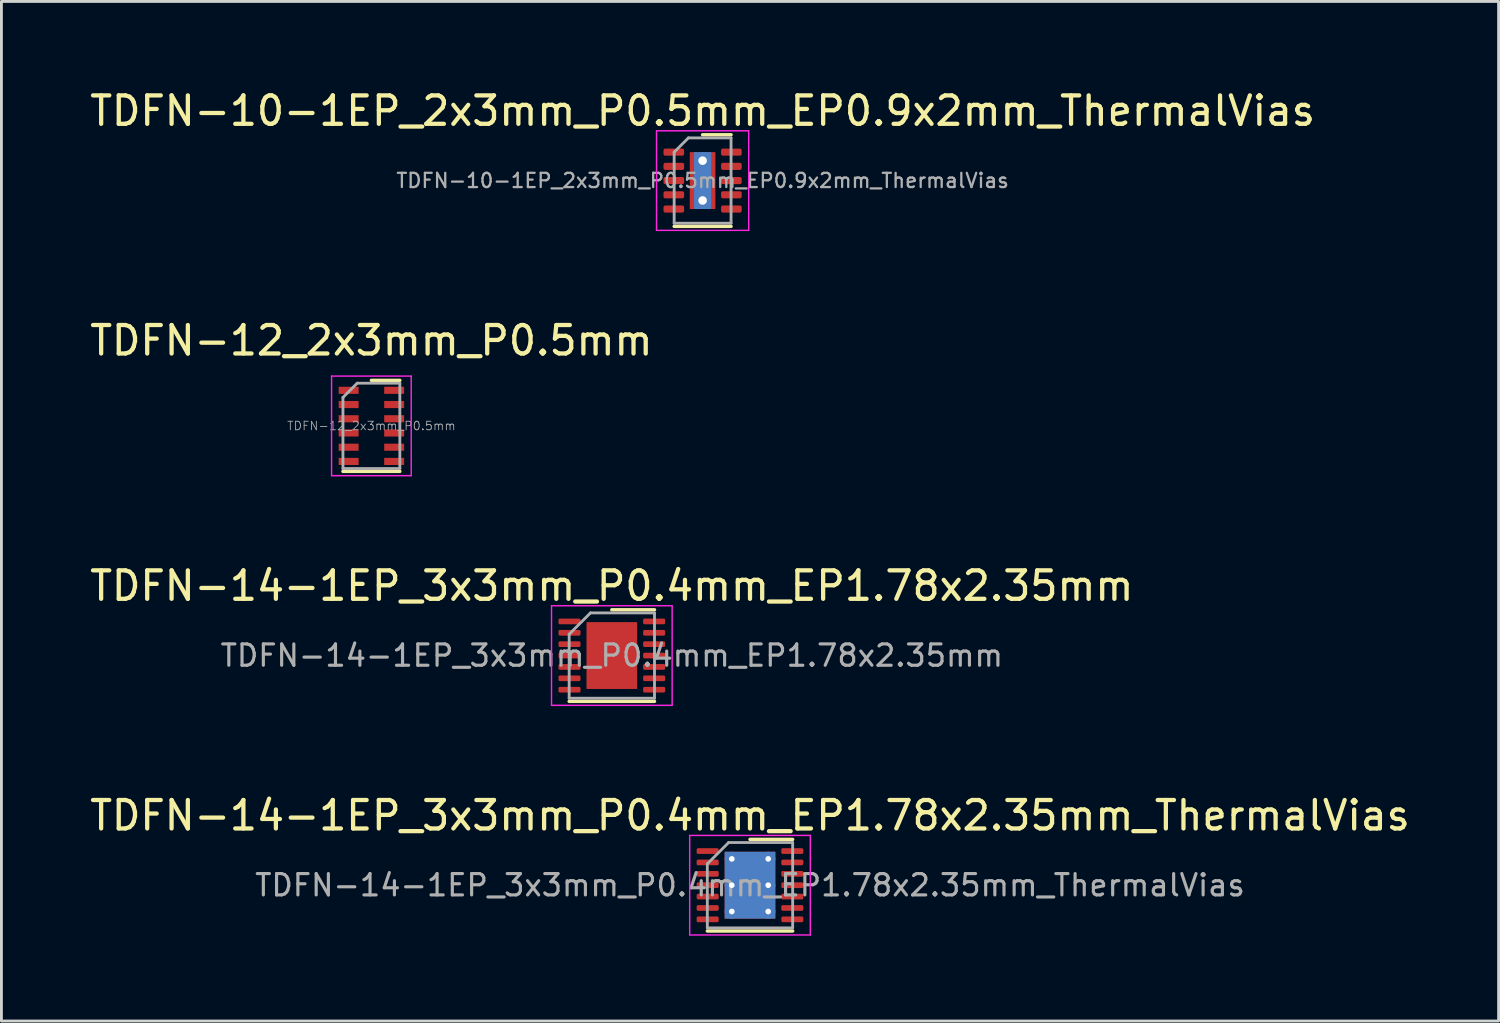
<source format=kicad_pcb>
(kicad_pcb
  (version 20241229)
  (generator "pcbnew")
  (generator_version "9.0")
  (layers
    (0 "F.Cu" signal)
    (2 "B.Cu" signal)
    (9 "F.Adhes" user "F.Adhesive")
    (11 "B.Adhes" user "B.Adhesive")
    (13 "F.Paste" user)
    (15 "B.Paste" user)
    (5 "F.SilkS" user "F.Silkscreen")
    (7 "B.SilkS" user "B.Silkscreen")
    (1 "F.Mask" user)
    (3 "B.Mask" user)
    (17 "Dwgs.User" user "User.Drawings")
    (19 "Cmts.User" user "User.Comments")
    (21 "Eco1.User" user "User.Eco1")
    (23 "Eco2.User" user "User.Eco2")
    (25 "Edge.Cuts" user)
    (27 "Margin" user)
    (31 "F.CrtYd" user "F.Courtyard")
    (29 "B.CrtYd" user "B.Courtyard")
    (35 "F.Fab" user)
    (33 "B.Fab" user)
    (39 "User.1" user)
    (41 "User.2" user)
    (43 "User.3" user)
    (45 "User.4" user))
  (footprint "TDFN-14-1EP_3x3mm_P0.4mm_EP1.78x2.35mm"
    (layer "F.Cu")
    (at 18.458 19.995)
    (property "Reference" "TDFN-14-1EP_3x3mm_P0.4mm_EP1.78x2.35mm" (at 0 -2.45 0) (layer "F.SilkS") (effects (font (size 1 1) (thickness 0.15))))
    (attr smd)
    (fp_line (start -1.5 1.61) (end 1.5 1.61) (stroke (width 0.12) (type solid)) (layer "F.SilkS"))
    (fp_line (start 0 -1.61) (end 1.5 -1.61) (stroke (width 0.12) (type solid)) (layer "F.SilkS"))
    (fp_line (start -2.12 -1.75) (end -2.12 1.75) (stroke (width 0.05) (type solid)) (layer "F.CrtYd"))
    (fp_line (start -2.12 1.75) (end 2.12 1.75) (stroke (width 0.05) (type solid)) (layer "F.CrtYd"))
    (fp_line (start 2.12 -1.75) (end -2.12 -1.75) (stroke (width 0.05) (type solid)) (layer "F.CrtYd"))
    (fp_line (start 2.12 1.75) (end 2.12 -1.75) (stroke (width 0.05) (type solid)) (layer "F.CrtYd"))
    (fp_line (start -1.5 -0.75) (end -0.75 -1.5) (stroke (width 0.1) (type solid)) (layer "F.Fab"))
    (fp_line (start -1.5 1.5) (end -1.5 -0.75) (stroke (width 0.1) (type solid)) (layer "F.Fab"))
    (fp_line (start -0.75 -1.5) (end 1.5 -1.5) (stroke (width 0.1) (type solid)) (layer "F.Fab"))
    (fp_line (start 1.5 -1.5) (end 1.5 1.5) (stroke (width 0.1) (type solid)) (layer "F.Fab"))
    (fp_line (start 1.5 1.5) (end -1.5 1.5) (stroke (width 0.1) (type solid)) (layer "F.Fab"))
    (fp_text user "${REFERENCE}" (at 0 0 0) (layer "F.Fab") (effects (font (size 0.75 0.75) (thickness 0.11))))
    (pad "" smd roundrect (at -0.445 -0.59) (size 0.72 0.95) (layers "F.Paste") (roundrect_rratio 0.25))
    (pad "" smd roundrect (at -0.445 0.59) (size 0.72 0.95) (layers "F.Paste") (roundrect_rratio 0.25))
    (pad "" smd roundrect (at 0.445 -0.59) (size 0.72 0.95) (layers "F.Paste") (roundrect_rratio 0.25))
    (pad "" smd roundrect (at 0.445 0.59) (size 0.72 0.95) (layers "F.Paste") (roundrect_rratio 0.25))
    (pad "1" smd roundrect (at -1.488 -1.2) (size 0.775 0.2) (layers "F.Cu" "F.Mask" "F.Paste") (roundrect_rratio 0.25))
    (pad "2" smd roundrect (at -1.488 -0.8) (size 0.775 0.2) (layers "F.Cu" "F.Mask" "F.Paste") (roundrect_rratio 0.25))
    (pad "3" smd roundrect (at -1.488 -0.4) (size 0.775 0.2) (layers "F.Cu" "F.Mask" "F.Paste") (roundrect_rratio 0.25))
    (pad "4" smd roundrect (at -1.488 0) (size 0.775 0.2) (layers "F.Cu" "F.Mask" "F.Paste") (roundrect_rratio 0.25))
    (pad "5" smd roundrect (at -1.488 0.4) (size 0.775 0.2) (layers "F.Cu" "F.Mask" "F.Paste") (roundrect_rratio 0.25))
    (pad "6" smd roundrect (at -1.488 0.8) (size 0.775 0.2) (layers "F.Cu" "F.Mask" "F.Paste") (roundrect_rratio 0.25))
    (pad "7" smd roundrect (at -1.488 1.2) (size 0.775 0.2) (layers "F.Cu" "F.Mask" "F.Paste") (roundrect_rratio 0.25))
    (pad "8" smd roundrect (at 1.488 1.2) (size 0.775 0.2) (layers "F.Cu" "F.Mask" "F.Paste") (roundrect_rratio 0.25))
    (pad "9" smd roundrect (at 1.488 0.8) (size 0.775 0.2) (layers "F.Cu" "F.Mask" "F.Paste") (roundrect_rratio 0.25))
    (pad "10" smd roundrect (at 1.488 0.4) (size 0.775 0.2) (layers "F.Cu" "F.Mask" "F.Paste") (roundrect_rratio 0.25))
    (pad "11" smd roundrect (at 1.488 0) (size 0.775 0.2) (layers "F.Cu" "F.Mask" "F.Paste") (roundrect_rratio 0.25))
    (pad "12" smd roundrect (at 1.488 -0.4) (size 0.775 0.2) (layers "F.Cu" "F.Mask" "F.Paste") (roundrect_rratio 0.25))
    (pad "13" smd roundrect (at 1.488 -0.8) (size 0.775 0.2) (layers "F.Cu" "F.Mask" "F.Paste") (roundrect_rratio 0.25))
    (pad "14" smd roundrect (at 1.488 -1.2) (size 0.775 0.2) (layers "F.Cu" "F.Mask" "F.Paste") (roundrect_rratio 0.25))
    (pad "15" smd rect (at 0 0) (size 1.78 2.35) (layers "F.Cu" "F.Mask")))
  (footprint "TDFN-10-1EP_2x3mm_P0.5mm_EP0.9x2mm_ThermalVias"
    (layer "F.Cu")
    (at 21.649 3.298)
    (property "Reference" "TDFN-10-1EP_2x3mm_P0.5mm_EP0.9x2mm_ThermalVias" (at 0 -2.45 0) (layer "F.SilkS") (effects (font (size 1 1) (thickness 0.15))))
    (attr smd)
    (fp_line (start -1 1.61) (end 1 1.61) (stroke (width 0.12) (type solid)) (layer "F.SilkS"))
    (fp_line (start 0 -1.61) (end 1 -1.61) (stroke (width 0.12) (type solid)) (layer "F.SilkS"))
    (fp_line (start -1.62 -1.75) (end -1.62 1.75) (stroke (width 0.05) (type solid)) (layer "F.CrtYd"))
    (fp_line (start -1.62 1.75) (end 1.62 1.75) (stroke (width 0.05) (type solid)) (layer "F.CrtYd"))
    (fp_line (start 1.62 -1.75) (end -1.62 -1.75) (stroke (width 0.05) (type solid)) (layer "F.CrtYd"))
    (fp_line (start 1.62 1.75) (end 1.62 -1.75) (stroke (width 0.05) (type solid)) (layer "F.CrtYd"))
    (fp_line (start -1 -1) (end -0.5 -1.5) (stroke (width 0.1) (type solid)) (layer "F.Fab"))
    (fp_line (start -1 1.5) (end -1 -1) (stroke (width 0.1) (type solid)) (layer "F.Fab"))
    (fp_line (start -0.5 -1.5) (end 1 -1.5) (stroke (width 0.1) (type solid)) (layer "F.Fab"))
    (fp_line (start 1 -1.5) (end 1 1.5) (stroke (width 0.1) (type solid)) (layer "F.Fab"))
    (fp_line (start 1 1.5) (end -1 1.5) (stroke (width 0.1) (type solid)) (layer "F.Fab"))
    (fp_text user "${REFERENCE}" (at 0 0 0) (layer "F.Fab") (effects (font (size 0.5 0.5) (thickness 0.08))))
    (pad "" smd roundrect (at 0 -0.5) (size 0.73 0.81) (layers "F.Paste") (roundrect_rratio 0.25))
    (pad "" smd roundrect (at 0 0.5) (size 0.73 0.81) (layers "F.Paste") (roundrect_rratio 0.25))
    (pad "1" smd roundrect (at -1.012 -1) (size 0.725 0.25) (layers "F.Cu" "F.Mask" "F.Paste") (roundrect_rratio 0.25))
    (pad "2" smd roundrect (at -1.012 -0.5) (size 0.725 0.25) (layers "F.Cu" "F.Mask" "F.Paste") (roundrect_rratio 0.25))
    (pad "3" smd roundrect (at -1.012 0) (size 0.725 0.25) (layers "F.Cu" "F.Mask" "F.Paste") (roundrect_rratio 0.25))
    (pad "4" smd roundrect (at -1.012 0.5) (size 0.725 0.25) (layers "F.Cu" "F.Mask" "F.Paste") (roundrect_rratio 0.25))
    (pad "5" smd roundrect (at -1.012 1) (size 0.725 0.25) (layers "F.Cu" "F.Mask" "F.Paste") (roundrect_rratio 0.25))
    (pad "6" smd roundrect (at 1.012 1) (size 0.725 0.25) (layers "F.Cu" "F.Mask" "F.Paste") (roundrect_rratio 0.25))
    (pad "7" smd roundrect (at 1.012 0.5) (size 0.725 0.25) (layers "F.Cu" "F.Mask" "F.Paste") (roundrect_rratio 0.25))
    (pad "8" smd roundrect (at 1.012 0) (size 0.725 0.25) (layers "F.Cu" "F.Mask" "F.Paste") (roundrect_rratio 0.25))
    (pad "9" smd roundrect (at 1.012 -0.5) (size 0.725 0.25) (layers "F.Cu" "F.Mask" "F.Paste") (roundrect_rratio 0.25))
    (pad "10" smd roundrect (at 1.012 -1) (size 0.725 0.25) (layers "F.Cu" "F.Mask" "F.Paste") (roundrect_rratio 0.25))
    (pad "11" thru_hole circle (at 0 -0.7) (size 0.6 0.6) (drill 0.3) (layers "*.Cu"))
    (pad "11" smd rect (at 0 0) (size 0.6 2) (layers "B.Cu"))
    (pad "11" smd rect (at 0 0) (size 0.9 2) (layers "F.Cu" "F.Mask"))
    (pad "11" thru_hole circle (at 0 0.7) (size 0.6 0.6) (drill 0.3) (layers "*.Cu")))
  (footprint "TDFN-14-1EP_3x3mm_P0.4mm_EP1.78x2.35mm_ThermalVias"
    (layer "F.Cu")
    (at 23.315 28.068)
    (property "Reference" "TDFN-14-1EP_3x3mm_P0.4mm_EP1.78x2.35mm_ThermalVias" (at 0 -2.45 0) (layer "F.SilkS") (effects (font (size 1 1) (thickness 0.15))))
    (attr smd)
    (fp_line (start -1.5 1.61) (end 1.5 1.61) (stroke (width 0.12) (type solid)) (layer "F.SilkS"))
    (fp_line (start 0 -1.61) (end 1.5 -1.61) (stroke (width 0.12) (type solid)) (layer "F.SilkS"))
    (fp_line (start -2.12 -1.75) (end -2.12 1.75) (stroke (width 0.05) (type solid)) (layer "F.CrtYd"))
    (fp_line (start -2.12 1.75) (end 2.12 1.75) (stroke (width 0.05) (type solid)) (layer "F.CrtYd"))
    (fp_line (start 2.12 -1.75) (end -2.12 -1.75) (stroke (width 0.05) (type solid)) (layer "F.CrtYd"))
    (fp_line (start 2.12 1.75) (end 2.12 -1.75) (stroke (width 0.05) (type solid)) (layer "F.CrtYd"))
    (fp_line (start -1.5 -0.75) (end -0.75 -1.5) (stroke (width 0.1) (type solid)) (layer "F.Fab"))
    (fp_line (start -1.5 1.5) (end -1.5 -0.75) (stroke (width 0.1) (type solid)) (layer "F.Fab"))
    (fp_line (start -0.75 -1.5) (end 1.5 -1.5) (stroke (width 0.1) (type solid)) (layer "F.Fab"))
    (fp_line (start 1.5 -1.5) (end 1.5 1.5) (stroke (width 0.1) (type solid)) (layer "F.Fab"))
    (fp_line (start 1.5 1.5) (end -1.5 1.5) (stroke (width 0.1) (type solid)) (layer "F.Fab"))
    (fp_text user "${REFERENCE}" (at 0 0 0) (layer "F.Fab") (effects (font (size 0.75 0.75) (thickness 0.11))))
    (pad "" smd roundrect (at -0.445 -0.59) (size 0.77 1.02) (layers "F.Paste") (roundrect_rratio 0.25))
    (pad "" smd roundrect (at -0.445 0.59) (size 0.77 1.02) (layers "F.Paste") (roundrect_rratio 0.25))
    (pad "" smd roundrect (at 0.445 -0.59) (size 0.77 1.02) (layers "F.Paste") (roundrect_rratio 0.25))
    (pad "" smd roundrect (at 0.445 0.59) (size 0.77 1.02) (layers "F.Paste") (roundrect_rratio 0.25))
    (pad "1" smd roundrect (at -1.488 -1.2) (size 0.775 0.2) (layers "F.Cu" "F.Mask" "F.Paste") (roundrect_rratio 0.25))
    (pad "2" smd roundrect (at -1.488 -0.8) (size 0.775 0.2) (layers "F.Cu" "F.Mask" "F.Paste") (roundrect_rratio 0.25))
    (pad "3" smd roundrect (at -1.488 -0.4) (size 0.775 0.2) (layers "F.Cu" "F.Mask" "F.Paste") (roundrect_rratio 0.25))
    (pad "4" smd roundrect (at -1.488 0) (size 0.775 0.2) (layers "F.Cu" "F.Mask" "F.Paste") (roundrect_rratio 0.25))
    (pad "5" smd roundrect (at -1.488 0.4) (size 0.775 0.2) (layers "F.Cu" "F.Mask" "F.Paste") (roundrect_rratio 0.25))
    (pad "6" smd roundrect (at -1.488 0.8) (size 0.775 0.2) (layers "F.Cu" "F.Mask" "F.Paste") (roundrect_rratio 0.25))
    (pad "7" smd roundrect (at -1.488 1.2) (size 0.775 0.2) (layers "F.Cu" "F.Mask" "F.Paste") (roundrect_rratio 0.25))
    (pad "8" smd roundrect (at 1.488 1.2) (size 0.775 0.2) (layers "F.Cu" "F.Mask" "F.Paste") (roundrect_rratio 0.25))
    (pad "9" smd roundrect (at 1.488 0.8) (size 0.775 0.2) (layers "F.Cu" "F.Mask" "F.Paste") (roundrect_rratio 0.25))
    (pad "10" smd roundrect (at 1.488 0.4) (size 0.775 0.2) (layers "F.Cu" "F.Mask" "F.Paste") (roundrect_rratio 0.25))
    (pad "11" smd roundrect (at 1.488 0) (size 0.775 0.2) (layers "F.Cu" "F.Mask" "F.Paste") (roundrect_rratio 0.25))
    (pad "12" smd roundrect (at 1.488 -0.4) (size 0.775 0.2) (layers "F.Cu" "F.Mask" "F.Paste") (roundrect_rratio 0.25))
    (pad "13" smd roundrect (at 1.488 -0.8) (size 0.775 0.2) (layers "F.Cu" "F.Mask" "F.Paste") (roundrect_rratio 0.25))
    (pad "14" smd roundrect (at 1.488 -1.2) (size 0.775 0.2) (layers "F.Cu" "F.Mask" "F.Paste") (roundrect_rratio 0.25))
    (pad "15" thru_hole circle (at -0.64 -0.925) (size 0.5 0.5) (drill 0.2) (layers "*.Cu"))
    (pad "15" thru_hole circle (at -0.64 0) (size 0.5 0.5) (drill 0.2) (layers "*.Cu"))
    (pad "15" thru_hole circle (at -0.64 0.925) (size 0.5 0.5) (drill 0.2) (layers "*.Cu"))
    (pad "15" smd rect (at 0 0) (size 1.78 2.35) (layers "F.Cu" "F.Mask"))
    (pad "15" smd rect (at 0 0) (size 1.78 2.35) (layers "B.Cu"))
    (pad "15" thru_hole circle (at 0.64 -0.925) (size 0.5 0.5) (drill 0.2) (layers "*.Cu"))
    (pad "15" thru_hole circle (at 0.64 0) (size 0.5 0.5) (drill 0.2) (layers "*.Cu"))
    (pad "15" thru_hole circle (at 0.64 0.925) (size 0.5 0.5) (drill 0.2) (layers "*.Cu")))
  (footprint "TDFN-12_2x3mm_P0.5mm"
    (layer "F.Cu")
    (at 10.006 11.921)
    (property "Reference" "TDFN-12_2x3mm_P0.5mm" (at 0 -3 0) (layer "F.SilkS") (effects (font (size 1 1) (thickness 0.15))))
    (attr smd)
    (fp_line (start 1 -1.6) (end 0 -1.6) (stroke (width 0.12) (type solid)) (layer "F.SilkS"))
    (fp_line (start 1 1.6) (end -1 1.6) (stroke (width 0.12) (type solid)) (layer "F.SilkS"))
    (fp_line (start -1.4 -1.75) (end -1.4 1.75) (stroke (width 0.05) (type solid)) (layer "F.CrtYd"))
    (fp_line (start -1.4 1.75) (end 1.4 1.75) (stroke (width 0.05) (type solid)) (layer "F.CrtYd"))
    (fp_line (start 1.4 -1.75) (end -1.4 -1.75) (stroke (width 0.05) (type solid)) (layer "F.CrtYd"))
    (fp_line (start 1.4 1.75) (end 1.4 -1.75) (stroke (width 0.05) (type solid)) (layer "F.CrtYd"))
    (fp_line (start -1 1.5) (end -1 -1) (stroke (width 0.1) (type solid)) (layer "F.Fab"))
    (fp_line (start -0.5 -1.5) (end -1 -1) (stroke (width 0.1) (type solid)) (layer "F.Fab"))
    (fp_line (start -0.5 -1.5) (end 1 -1.5) (stroke (width 0.1) (type solid)) (layer "F.Fab"))
    (fp_line (start 1 -1.5) (end 1 1.5) (stroke (width 0.1) (type solid)) (layer "F.Fab"))
    (fp_line (start 1 1.5) (end -1 1.5) (stroke (width 0.1) (type solid)) (layer "F.Fab"))
    (fp_text user "${REFERENCE}" (at 0 0 0) (layer "F.Fab") (effects (font (size 0.3 0.3) (thickness 0.03))))
    (pad "1" smd rect (at -0.8 -1.25) (size 0.7 0.25) (layers "F.Cu" "F.Mask" "F.Paste"))
    (pad "2" smd rect (at -0.8 -0.75) (size 0.7 0.25) (layers "F.Cu" "F.Mask" "F.Paste"))
    (pad "3" smd rect (at -0.8 -0.25) (size 0.7 0.25) (layers "F.Cu" "F.Mask" "F.Paste"))
    (pad "4" smd rect (at -0.8 0.25) (size 0.7 0.25) (layers "F.Cu" "F.Mask" "F.Paste"))
    (pad "5" smd rect (at -0.8 0.75) (size 0.7 0.25) (layers "F.Cu" "F.Mask" "F.Paste"))
    (pad "6" smd rect (at -0.8 1.25) (size 0.7 0.25) (layers "F.Cu" "F.Mask" "F.Paste"))
    (pad "7" smd rect (at 0.8 1.25) (size 0.7 0.25) (layers "F.Cu" "F.Mask" "F.Paste"))
    (pad "8" smd rect (at 0.8 0.75) (size 0.7 0.25) (layers "F.Cu" "F.Mask" "F.Paste"))
    (pad "9" smd rect (at 0.8 0.25) (size 0.7 0.25) (layers "F.Cu" "F.Mask" "F.Paste"))
    (pad "10" smd rect (at 0.8 -0.25) (size 0.7 0.25) (layers "F.Cu" "F.Mask" "F.Paste"))
    (pad "11" smd rect (at 0.8 -0.75) (size 0.7 0.25) (layers "F.Cu" "F.Mask" "F.Paste"))
    (pad "12" smd rect (at 0.8 -1.25) (size 0.7 0.25) (layers "F.Cu" "F.Mask" "F.Paste")))
  (gr_rect
    (start -3 -3)
    (end 49.631 32.843)
    (stroke (width 0.1) (type default))
    (fill no)
    (layer "Edge.Cuts")))
</source>
